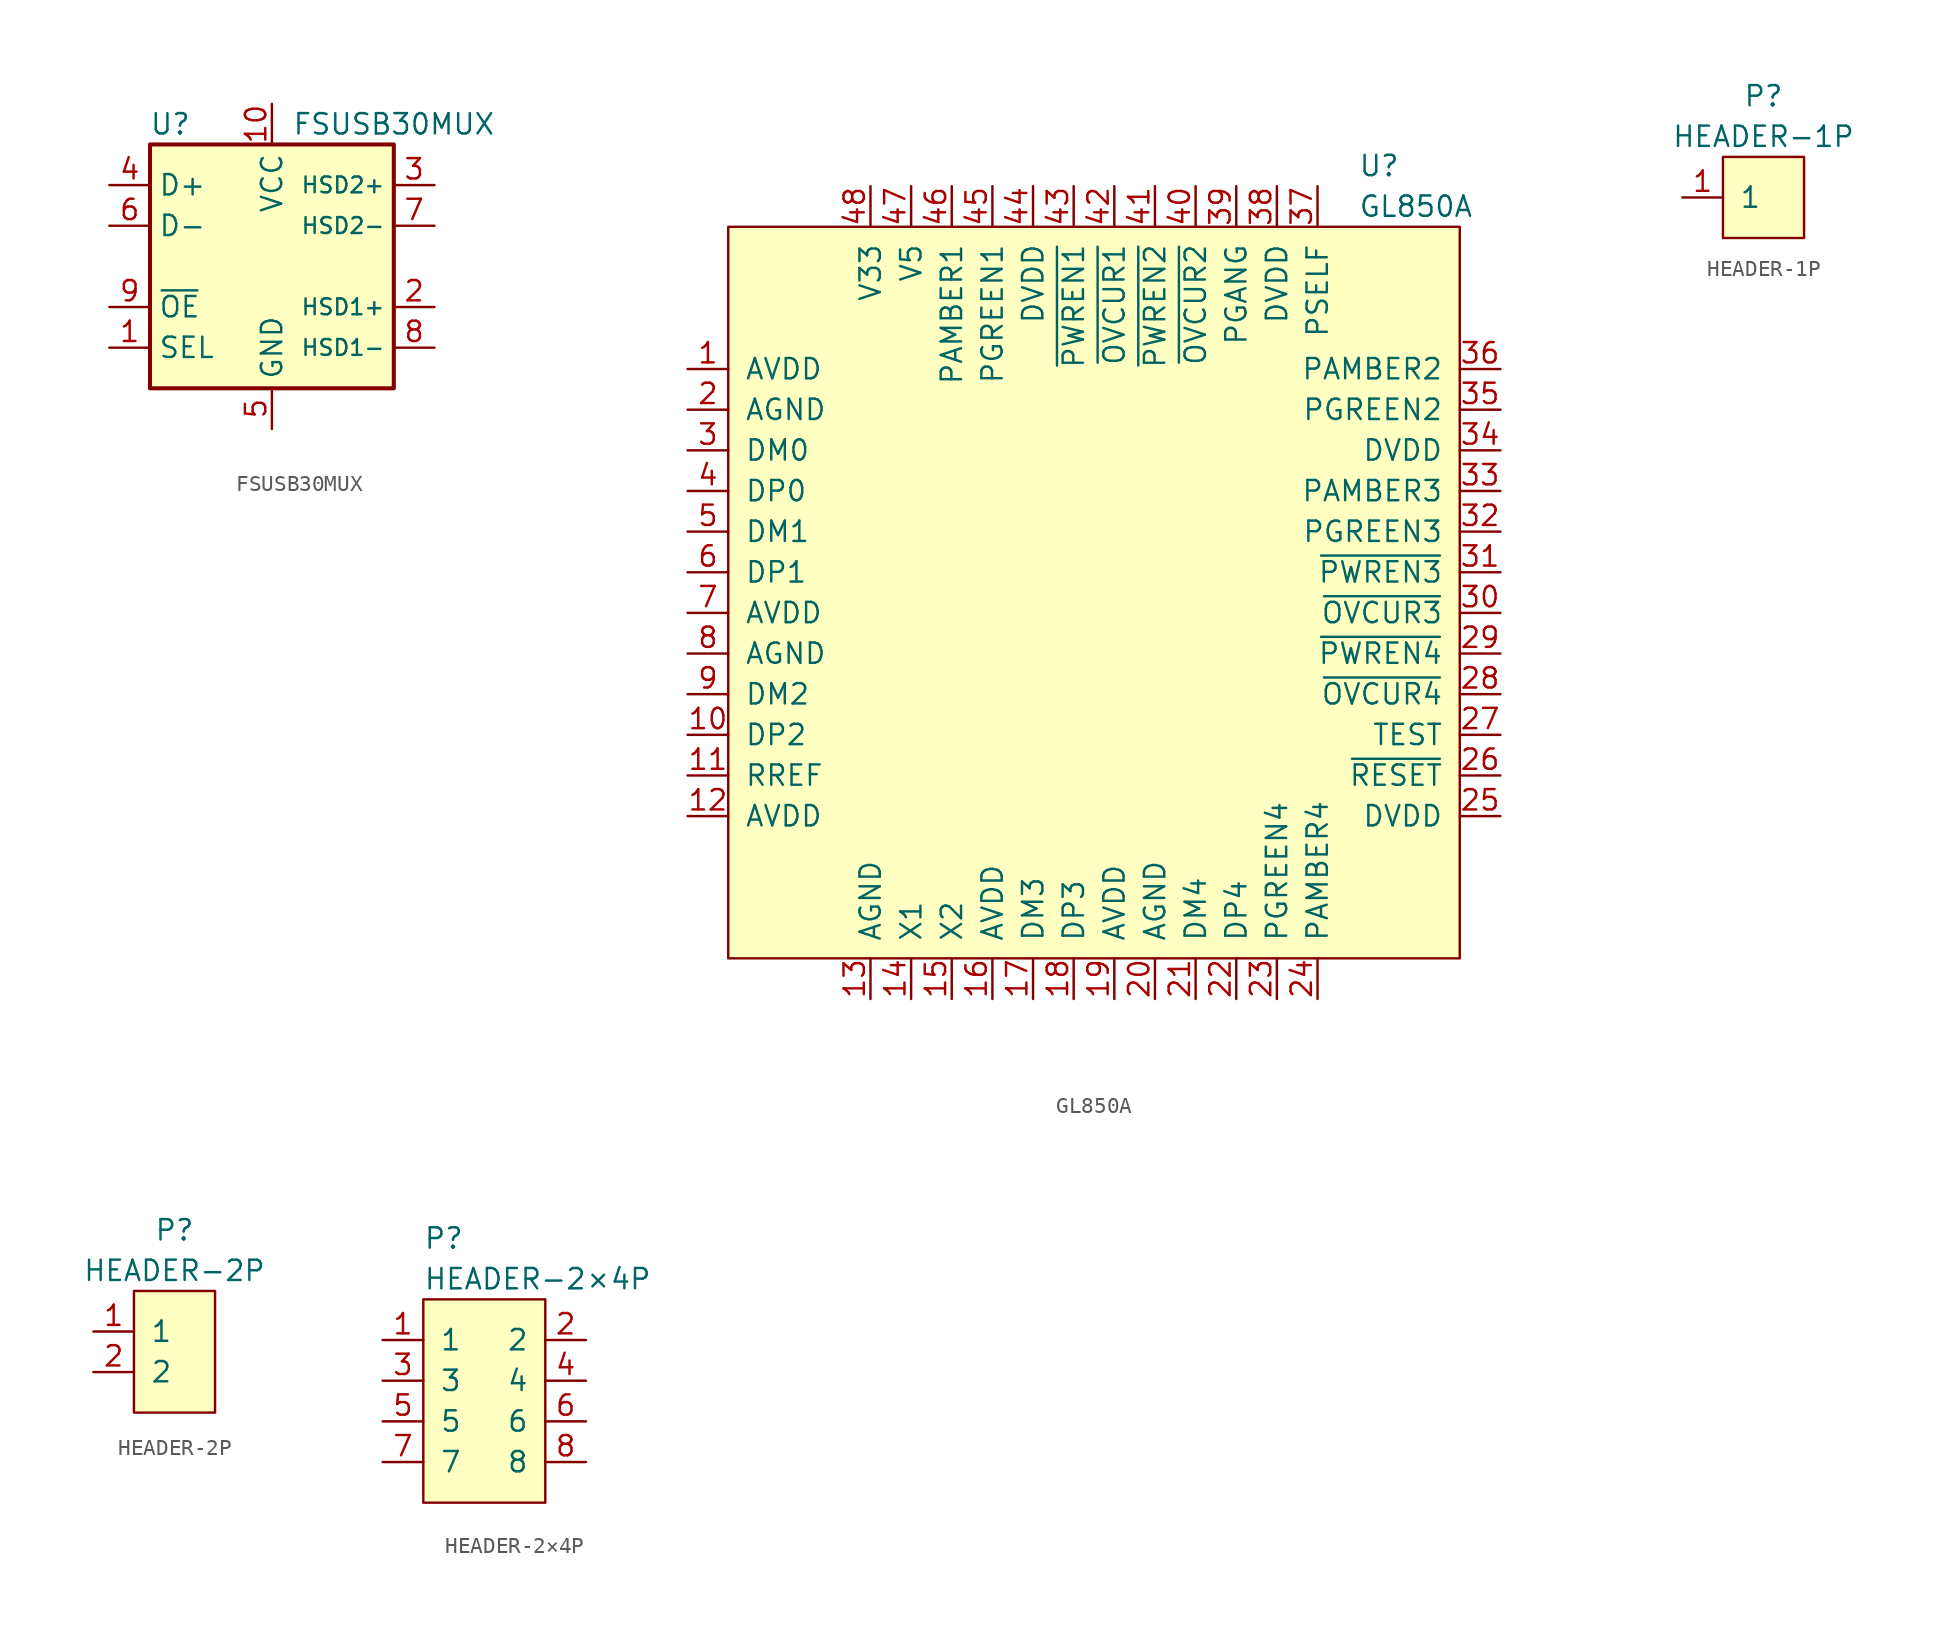
<source format=kicad_sym>
(kicad_symbol_lib
  (version 20220914)
  (generator kicad_symbol_editor)
  (symbol "FSUSB30MUX"
    (property "Reference" "U"
      (at -6.35 8.89 0)
      (effects (font (size 1.27 1.27))))
    (property "Value" "FSUSB30MUX"
      (at 7.62 8.89 0)
      (effects (font (size 1.27 1.27))))
    (symbol "FSUSB30MUX_0_1"
      (rectangle (start 7.62 7.62) (end -7.62 -7.62) (stroke (width 0.254) (type default)) (fill (type background))))
    (symbol "FSUSB30MUX_1_1"
      (pin input line (at -10.16 -5.08 0) (length 2.54) (name "SEL" (effects (font (size 1.27 1.27)))) (number "1" (effects (font (size 1.27 1.27)))))
      (pin power_in line (at 0 10.16 270) (length 2.54) (name "VCC" (effects (font (size 1.27 1.27)))) (number "10" (effects (font (size 1.27 1.27)))))
      (pin bidirectional line (at 10.16 -2.54 180) (length 2.54) (name "HSD1+" (effects (font (size 0.991 0.991)))) (number "2" (effects (font (size 1.27 1.27)))))
      (pin bidirectional line (at 10.16 5.08 180) (length 2.54) (name "HSD2+" (effects (font (size 0.991 0.991)))) (number "3" (effects (font (size 1.27 1.27)))))
      (pin bidirectional line (at -10.16 5.08 0) (length 2.54) (name "D+" (effects (font (size 1.27 1.27)))) (number "4" (effects (font (size 1.27 1.27)))))
      (pin power_in line (at 0 -10.16 90) (length 2.54) (name "GND" (effects (font (size 1.27 1.27)))) (number "5" (effects (font (size 1.27 1.27)))))
      (pin bidirectional line (at -10.16 2.54 0) (length 2.54) (name "D-" (effects (font (size 1.27 1.27)))) (number "6" (effects (font (size 1.27 1.27)))))
      (pin bidirectional line (at 10.16 2.54 180) (length 2.54) (name "HSD2-" (effects (font (size 0.991 0.991)))) (number "7" (effects (font (size 1.27 1.27)))))
      (pin bidirectional line (at 10.16 -5.08 180) (length 2.54) (name "HSD1-" (effects (font (size 0.991 0.991)))) (number "8" (effects (font (size 1.27 1.27)))))
      (pin input line (at -10.16 -2.54 0) (length 2.54) (name "~{OE}" (effects (font (size 1.27 1.27)))) (number "9" (effects (font (size 1.27 1.27)))))))
  (symbol "GL850A"
    (pin_names
      (offset 1.016))
    (property "Reference" "U"
      (at 16.51 26.67 0)
      (effects (font (size 1.27 1.27)) (justify left)))
    (property "Value" "GL850A"
      (at 16.51 24.13 0)
      (effects (font (size 1.27 1.27)) (justify left)))
    (symbol "GL850A_0_1"
      (rectangle (start -22.86 22.86) (end 22.86 -22.86) (stroke (width 0) (type default)) (fill (type background))))
    (symbol "GL850A_1_1"
      (pin power_in line (at -25.4 13.97 0) (length 2.54) (name "AVDD" (effects (font (size 1.27 1.27)))) (number "1" (effects (font (size 1.27 1.27)))))
      (pin output line (at -25.4 -8.89 0) (length 2.54) (name "DP2" (effects (font (size 1.27 1.27)))) (number "10" (effects (font (size 1.27 1.27)))))
      (pin input line (at -25.4 -11.43 0) (length 2.54) (name "RREF" (effects (font (size 1.27 1.27)))) (number "11" (effects (font (size 1.27 1.27)))))
      (pin power_in line (at -25.4 -13.97 0) (length 2.54) (name "AVDD" (effects (font (size 1.27 1.27)))) (number "12" (effects (font (size 1.27 1.27)))))
      (pin power_in line (at -13.97 -25.4 90) (length 2.54) (name "AGND" (effects (font (size 1.27 1.27)))) (number "13" (effects (font (size 1.27 1.27)))))
      (pin input line (at -11.43 -25.4 90) (length 2.54) (name "X1" (effects (font (size 1.27 1.27)))) (number "14" (effects (font (size 1.27 1.27)))))
      (pin input line (at -8.89 -25.4 90) (length 2.54) (name "X2" (effects (font (size 1.27 1.27)))) (number "15" (effects (font (size 1.27 1.27)))))
      (pin power_in line (at -6.35 -25.4 90) (length 2.54) (name "AVDD" (effects (font (size 1.27 1.27)))) (number "16" (effects (font (size 1.27 1.27)))))
      (pin output line (at -3.81 -25.4 90) (length 2.54) (name "DM3" (effects (font (size 1.27 1.27)))) (number "17" (effects (font (size 1.27 1.27)))))
      (pin output line (at -1.27 -25.4 90) (length 2.54) (name "DP3" (effects (font (size 1.27 1.27)))) (number "18" (effects (font (size 1.27 1.27)))))
      (pin power_in line (at 1.27 -25.4 90) (length 2.54) (name "AVDD" (effects (font (size 1.27 1.27)))) (number "19" (effects (font (size 1.27 1.27)))))
      (pin power_in line (at -25.4 11.43 0) (length 2.54) (name "AGND" (effects (font (size 1.27 1.27)))) (number "2" (effects (font (size 1.27 1.27)))))
      (pin power_in line (at 3.81 -25.4 90) (length 2.54) (name "AGND" (effects (font (size 1.27 1.27)))) (number "20" (effects (font (size 1.27 1.27)))))
      (pin output line (at 6.35 -25.4 90) (length 2.54) (name "DM4" (effects (font (size 1.27 1.27)))) (number "21" (effects (font (size 1.27 1.27)))))
      (pin output line (at 8.89 -25.4 90) (length 2.54) (name "DP4" (effects (font (size 1.27 1.27)))) (number "22" (effects (font (size 1.27 1.27)))))
      (pin output line (at 11.43 -25.4 90) (length 2.54) (name "PGREEN4" (effects (font (size 1.27 1.27)))) (number "23" (effects (font (size 1.27 1.27)))))
      (pin output line (at 13.97 -25.4 90) (length 2.54) (name "PAMBER4" (effects (font (size 1.27 1.27)))) (number "24" (effects (font (size 1.27 1.27)))))
      (pin power_in line (at 25.4 -13.97 180) (length 2.54) (name "DVDD" (effects (font (size 1.27 1.27)))) (number "25" (effects (font (size 1.27 1.27)))))
      (pin input line (at 25.4 -11.43 180) (length 2.54) (name "~{RESET}" (effects (font (size 1.27 1.27)))) (number "26" (effects (font (size 1.27 1.27)))))
      (pin input line (at 25.4 -8.89 180) (length 2.54) (name "TEST" (effects (font (size 1.27 1.27)))) (number "27" (effects (font (size 1.27 1.27)))))
      (pin input line (at 25.4 -6.35 180) (length 2.54) (name "~{OVCUR4}" (effects (font (size 1.27 1.27)))) (number "28" (effects (font (size 1.27 1.27)))))
      (pin input line (at 25.4 -3.81 180) (length 2.54) (name "~{PWREN4}" (effects (font (size 1.27 1.27)))) (number "29" (effects (font (size 1.27 1.27)))))
      (pin output line (at -25.4 8.89 0) (length 2.54) (name "DM0" (effects (font (size 1.27 1.27)))) (number "3" (effects (font (size 1.27 1.27)))))
      (pin input line (at 25.4 -1.27 180) (length 2.54) (name "~{OVCUR3}" (effects (font (size 1.27 1.27)))) (number "30" (effects (font (size 1.27 1.27)))))
      (pin input line (at 25.4 1.27 180) (length 2.54) (name "~{PWREN3}" (effects (font (size 1.27 1.27)))) (number "31" (effects (font (size 1.27 1.27)))))
      (pin output line (at 25.4 3.81 180) (length 2.54) (name "PGREEN3" (effects (font (size 1.27 1.27)))) (number "32" (effects (font (size 1.27 1.27)))))
      (pin output line (at 25.4 6.35 180) (length 2.54) (name "PAMBER3" (effects (font (size 1.27 1.27)))) (number "33" (effects (font (size 1.27 1.27)))))
      (pin power_in line (at 25.4 8.89 180) (length 2.54) (name "DVDD" (effects (font (size 1.27 1.27)))) (number "34" (effects (font (size 1.27 1.27)))))
      (pin output line (at 25.4 11.43 180) (length 2.54) (name "PGREEN2" (effects (font (size 1.27 1.27)))) (number "35" (effects (font (size 1.27 1.27)))))
      (pin output line (at 25.4 13.97 180) (length 2.54) (name "PAMBER2" (effects (font (size 1.27 1.27)))) (number "36" (effects (font (size 1.27 1.27)))))
      (pin input line (at 13.97 25.4 270) (length 2.54) (name "PSELF" (effects (font (size 1.27 1.27)))) (number "37" (effects (font (size 1.27 1.27)))))
      (pin power_in line (at 11.43 25.4 270) (length 2.54) (name "DVDD" (effects (font (size 1.27 1.27)))) (number "38" (effects (font (size 1.27 1.27)))))
      (pin input line (at 8.89 25.4 270) (length 2.54) (name "PGANG" (effects (font (size 1.27 1.27)))) (number "39" (effects (font (size 1.27 1.27)))))
      (pin output line (at -25.4 6.35 0) (length 2.54) (name "DP0" (effects (font (size 1.27 1.27)))) (number "4" (effects (font (size 1.27 1.27)))))
      (pin input line (at 6.35 25.4 270) (length 2.54) (name "~{OVCUR2}" (effects (font (size 1.27 1.27)))) (number "40" (effects (font (size 1.27 1.27)))))
      (pin input line (at 3.81 25.4 270) (length 2.54) (name "~{PWREN2}" (effects (font (size 1.27 1.27)))) (number "41" (effects (font (size 1.27 1.27)))))
      (pin input line (at 1.27 25.4 270) (length 2.54) (name "~{OVCUR1}" (effects (font (size 1.27 1.27)))) (number "42" (effects (font (size 1.27 1.27)))))
      (pin input line (at -1.27 25.4 270) (length 2.54) (name "~{PWREN1}" (effects (font (size 1.27 1.27)))) (number "43" (effects (font (size 1.27 1.27)))))
      (pin power_in line (at -3.81 25.4 270) (length 2.54) (name "DVDD" (effects (font (size 1.27 1.27)))) (number "44" (effects (font (size 1.27 1.27)))))
      (pin output line (at -6.35 25.4 270) (length 2.54) (name "PGREEN1" (effects (font (size 1.27 1.27)))) (number "45" (effects (font (size 1.27 1.27)))))
      (pin output line (at -8.89 25.4 270) (length 2.54) (name "PAMBER1" (effects (font (size 1.27 1.27)))) (number "46" (effects (font (size 1.27 1.27)))))
      (pin power_in line (at -11.43 25.4 270) (length 2.54) (name "V5" (effects (font (size 1.27 1.27)))) (number "47" (effects (font (size 1.27 1.27)))))
      (pin power_in line (at -13.97 25.4 270) (length 2.54) (name "V33" (effects (font (size 1.27 1.27)))) (number "48" (effects (font (size 1.27 1.27)))))
      (pin output line (at -25.4 3.81 0) (length 2.54) (name "DM1" (effects (font (size 1.27 1.27)))) (number "5" (effects (font (size 1.27 1.27)))))
      (pin output line (at -25.4 1.27 0) (length 2.54) (name "DP1" (effects (font (size 1.27 1.27)))) (number "6" (effects (font (size 1.27 1.27)))))
      (pin power_in line (at -25.4 -1.27 0) (length 2.54) (name "AVDD" (effects (font (size 1.27 1.27)))) (number "7" (effects (font (size 1.27 1.27)))))
      (pin power_in line (at -25.4 -3.81 0) (length 2.54) (name "AGND" (effects (font (size 1.27 1.27)))) (number "8" (effects (font (size 1.27 1.27)))))
      (pin output line (at -25.4 -6.35 0) (length 2.54) (name "DM2" (effects (font (size 1.27 1.27)))) (number "9" (effects (font (size 1.27 1.27)))))))
  (symbol "HEADER-1P"
    (pin_names
      (offset 1.016))
    (property "Reference" "P"
      (at 0 6.35 0)
      (effects (font (size 1.27 1.27))))
    (property "Value" "HEADER-1P"
      (at 0 3.81 0)
      (effects (font (size 1.27 1.27))))
    (symbol "HEADER-1P_0_1"
      (rectangle (start -2.54 2.54) (end 2.54 -2.54) (stroke (width 0) (type default)) (fill (type background))))
    (symbol "HEADER-1P_1_1"
      (pin passive line (at -5.08 0 0) (length 2.54) (name "1" (effects (font (size 1.27 1.27)))) (number "1" (effects (font (size 1.27 1.27)))))))
  (symbol "HEADER-2P"
    (pin_names
      (offset 1.016))
    (property "Reference" "P"
      (at 0 7.62 0)
      (effects (font (size 1.27 1.27))))
    (property "Value" "HEADER-2P"
      (at 0 5.08 0)
      (effects (font (size 1.27 1.27))))
    (symbol "HEADER-2P_0_1"
      (rectangle (start -2.54 3.81) (end 2.54 -3.81) (stroke (width 0) (type default)) (fill (type background))))
    (symbol "HEADER-2P_1_1"
      (pin passive line (at -5.08 1.27 0) (length 2.54) (name "1" (effects (font (size 1.27 1.27)))) (number "1" (effects (font (size 1.27 1.27)))))
      (pin passive line (at -5.08 -1.27 0) (length 2.54) (name "2" (effects (font (size 1.27 1.27)))) (number "2" (effects (font (size 1.27 1.27)))))))
  (symbol "HEADER-2×4P"
    (pin_names
      (offset 1.016))
    (property "Reference" "P"
      (at -3.81 10.16 0)
      (effects (font (size 1.27 1.27)) (justify left)))
    (property "Value" "HEADER-2×4P"
      (at -3.81 7.62 0)
      (effects (font (size 1.27 1.27)) (justify left)))
    (symbol "HEADER-2×4P_0_1"
      (rectangle (start -3.81 6.35) (end 3.81 -6.35) (stroke (width 0) (type default)) (fill (type background))))
    (symbol "HEADER-2×4P_1_1"
      (pin passive line (at -6.35 3.81 0) (length 2.54) (name "1" (effects (font (size 1.27 1.27)))) (number "1" (effects (font (size 1.27 1.27)))))
      (pin passive line (at 6.35 3.81 180) (length 2.54) (name "2" (effects (font (size 1.27 1.27)))) (number "2" (effects (font (size 1.27 1.27)))))
      (pin passive line (at -6.35 1.27 0) (length 2.54) (name "3" (effects (font (size 1.27 1.27)))) (number "3" (effects (font (size 1.27 1.27)))))
      (pin passive line (at 6.35 1.27 180) (length 2.54) (name "4" (effects (font (size 1.27 1.27)))) (number "4" (effects (font (size 1.27 1.27)))))
      (pin passive line (at -6.35 -1.27 0) (length 2.54) (name "5" (effects (font (size 1.27 1.27)))) (number "5" (effects (font (size 1.27 1.27)))))
      (pin passive line (at 6.35 -1.27 180) (length 2.54) (name "6" (effects (font (size 1.27 1.27)))) (number "6" (effects (font (size 1.27 1.27)))))
      (pin passive line (at -6.35 -3.81 0) (length 2.54) (name "7" (effects (font (size 1.27 1.27)))) (number "7" (effects (font (size 1.27 1.27)))))
      (pin passive line (at 6.35 -3.81 180) (length 2.54) (name "8" (effects (font (size 1.27 1.27)))) (number "8" (effects (font (size 1.27 1.27))))))))
</source>
